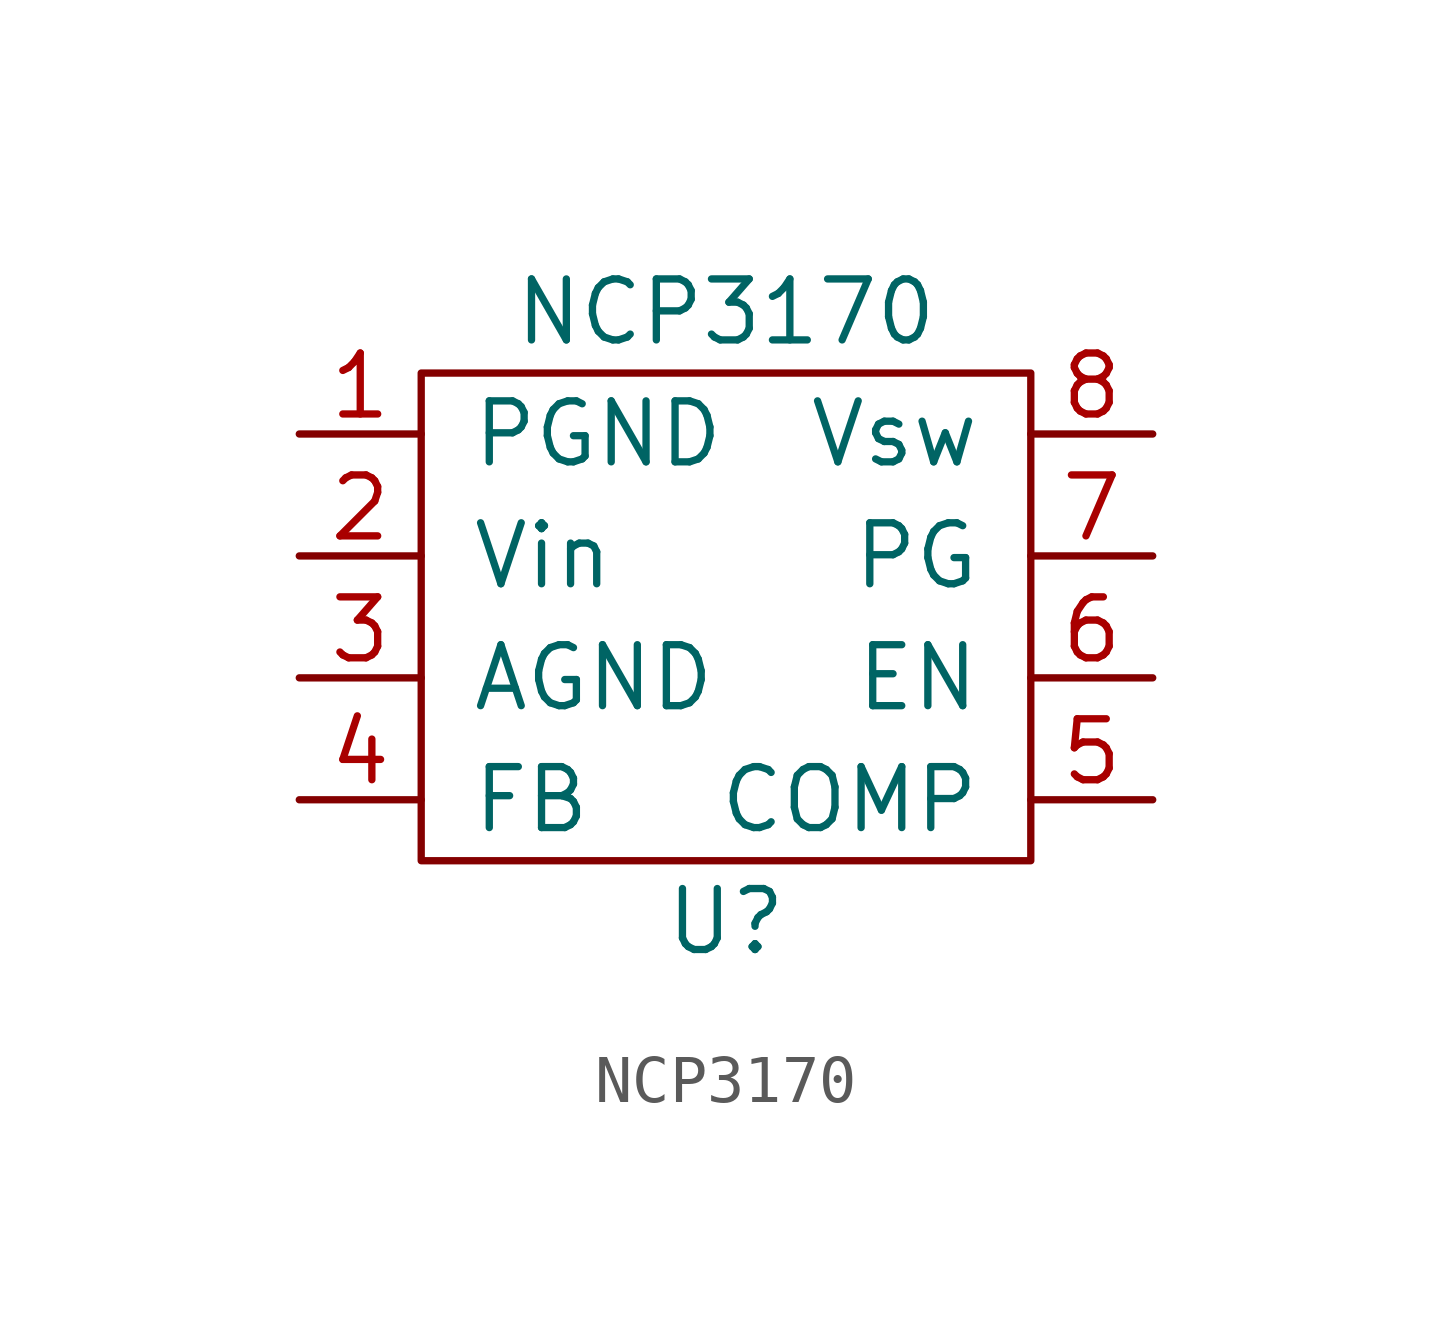
<source format=kicad_sym>
(kicad_symbol_lib
  (version 20211014)
  (generator kicad_symbol_editor)
  (symbol "NCP3170"
    (pin_names
      (offset 1.016))
    (property "Reference" "U"
      (at 0 -6.35 0)
      (effects (font (size 1.27 1.27))))
    (property "Value" "NCP3170"
      (at 0 6.35 0)
      (effects (font (size 1.27 1.27))))
    (symbol "NCP3170_0_1"
      (rectangle (start -6.35 5.08) (end 6.35 -5.08) (stroke (width 0) (type default) (color 0 0 0 0)) (fill (type none))))
    (symbol "NCP3170_1_1"
      (pin input line (at -8.89 3.81 0) (length 2.54) (name "PGND" (effects (font (size 1.27 1.27)))) (number "1" (effects (font (size 1.27 1.27)))))
      (pin input line (at -8.89 1.27 0) (length 2.54) (name "Vin" (effects (font (size 1.27 1.27)))) (number "2" (effects (font (size 1.27 1.27)))))
      (pin input line (at -8.89 -1.27 0) (length 2.54) (name "AGND" (effects (font (size 1.27 1.27)))) (number "3" (effects (font (size 1.27 1.27)))))
      (pin input line (at -8.89 -3.81 0) (length 2.54) (name "FB" (effects (font (size 1.27 1.27)))) (number "4" (effects (font (size 1.27 1.27)))))
      (pin input line (at 8.89 -3.81 180) (length 2.54) (name "COMP" (effects (font (size 1.27 1.27)))) (number "5" (effects (font (size 1.27 1.27)))))
      (pin input line (at 8.89 -1.27 180) (length 2.54) (name "EN" (effects (font (size 1.27 1.27)))) (number "6" (effects (font (size 1.27 1.27)))))
      (pin input line (at 8.89 1.27 180) (length 2.54) (name "PG" (effects (font (size 1.27 1.27)))) (number "7" (effects (font (size 1.27 1.27)))))
      (pin input line (at 8.89 3.81 180) (length 2.54) (name "Vsw" (effects (font (size 1.27 1.27)))) (number "8" (effects (font (size 1.27 1.27))))))))
</source>
